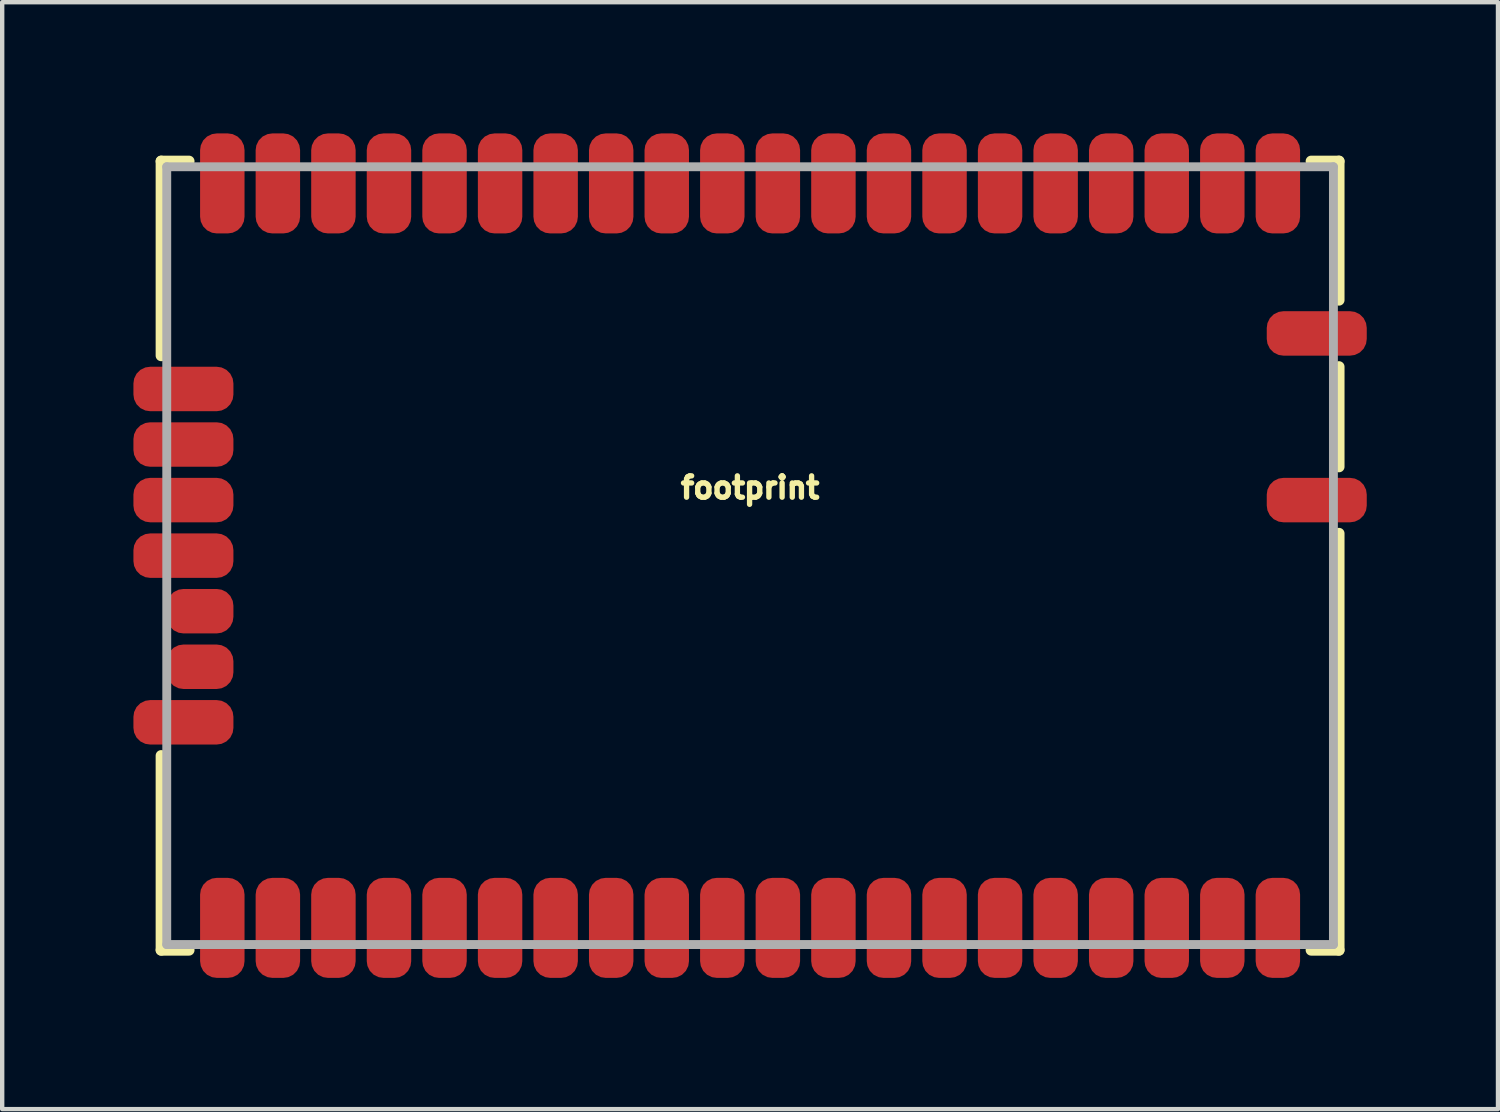
<source format=kicad_pcb>
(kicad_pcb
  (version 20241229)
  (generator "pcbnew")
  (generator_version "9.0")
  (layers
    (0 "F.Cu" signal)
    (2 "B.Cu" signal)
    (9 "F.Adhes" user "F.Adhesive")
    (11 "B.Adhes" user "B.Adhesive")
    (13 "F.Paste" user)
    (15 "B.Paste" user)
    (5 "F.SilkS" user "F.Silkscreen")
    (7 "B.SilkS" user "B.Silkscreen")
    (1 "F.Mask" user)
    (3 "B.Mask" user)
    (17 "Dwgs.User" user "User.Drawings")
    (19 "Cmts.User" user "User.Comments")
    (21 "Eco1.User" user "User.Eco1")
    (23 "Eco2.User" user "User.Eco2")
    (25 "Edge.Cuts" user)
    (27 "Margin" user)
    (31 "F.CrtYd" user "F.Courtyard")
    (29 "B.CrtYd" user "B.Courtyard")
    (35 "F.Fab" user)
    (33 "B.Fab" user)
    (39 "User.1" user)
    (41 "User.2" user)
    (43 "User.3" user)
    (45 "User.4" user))
  (footprint "footprint"
    (layer "F.Cu")
    (at 14.097 9.652)
    (property "Reference" "footprint" (at 0 -1.27 0) (layer "F.SilkS") (effects (font (size 0.488 0.488) (thickness 0.122)) (justify bottom)))
    (fp_line (start -12.7 0) (end -13.157 0) (stroke (width 0.305) (type solid)) (layer "F.Cu"))
    (fp_line (start -13.462 -9.017) (end -12.827 -9.017) (stroke (width 0.254) (type solid)) (layer "F.SilkS"))
    (fp_line (start -13.462 -4.572) (end -13.462 -9.017) (stroke (width 0.254) (type solid)) (layer "F.SilkS"))
    (fp_line (start -13.462 9.017) (end -13.462 4.572) (stroke (width 0.254) (type solid)) (layer "F.SilkS"))
    (fp_line (start -13.462 9.017) (end -12.827 9.017) (stroke (width 0.254) (type solid)) (layer "F.SilkS"))
    (fp_line (start 12.827 -9.017) (end 13.462 -9.017) (stroke (width 0.254) (type solid)) (layer "F.SilkS"))
    (fp_line (start 13.462 -9.017) (end 13.462 -5.842) (stroke (width 0.254) (type solid)) (layer "F.SilkS"))
    (fp_line (start 13.462 -4.318) (end 13.462 -2.032) (stroke (width 0.254) (type solid)) (layer "F.SilkS"))
    (fp_line (start 13.462 -0.508) (end 13.462 9.017) (stroke (width 0.254) (type solid)) (layer "F.SilkS"))
    (fp_line (start 13.462 9.017) (end 12.827 9.017) (stroke (width 0.254) (type solid)) (layer "F.SilkS"))
    (fp_line (start -13.335 -8.89) (end 13.335 -8.89) (stroke (width 0.203) (type solid)) (layer "F.Fab"))
    (fp_line (start -13.335 8.89) (end -13.335 -8.89) (stroke (width 0.203) (type solid)) (layer "F.Fab"))
    (fp_line (start 13.335 -8.89) (end 13.335 8.89) (stroke (width 0.203) (type solid)) (layer "F.Fab"))
    (fp_line (start 13.335 8.89) (end -13.335 8.89) (stroke (width 0.203) (type solid)) (layer "F.Fab"))
    (pad "1" smd roundrect (at 12.065 -8.509 180) (size 1.016 2.286) (layers "F.Cu" "F.Mask" "F.Paste") (roundrect_rratio 0.375))
    (pad "2" smd roundrect (at 10.795 -8.509 180) (size 1.016 2.286) (layers "F.Cu" "F.Mask" "F.Paste") (roundrect_rratio 0.375))
    (pad "3" smd roundrect (at 9.525 -8.509 180) (size 1.016 2.286) (layers "F.Cu" "F.Mask" "F.Paste") (roundrect_rratio 0.375))
    (pad "4" smd roundrect (at 8.255 -8.509 180) (size 1.016 2.286) (layers "F.Cu" "F.Mask" "F.Paste") (roundrect_rratio 0.375))
    (pad "5" smd roundrect (at 6.985 -8.509 180) (size 1.016 2.286) (layers "F.Cu" "F.Mask" "F.Paste") (roundrect_rratio 0.375))
    (pad "6" smd roundrect (at 5.715 -8.509 180) (size 1.016 2.286) (layers "F.Cu" "F.Mask" "F.Paste") (roundrect_rratio 0.375))
    (pad "7" smd roundrect (at 4.445 -8.509 180) (size 1.016 2.286) (layers "F.Cu" "F.Mask" "F.Paste") (roundrect_rratio 0.375))
    (pad "8" smd roundrect (at 3.175 -8.509 180) (size 1.016 2.286) (layers "F.Cu" "F.Mask" "F.Paste") (roundrect_rratio 0.375))
    (pad "9" smd roundrect (at 1.905 -8.509 180) (size 1.016 2.286) (layers "F.Cu" "F.Mask" "F.Paste") (roundrect_rratio 0.375))
    (pad "10" smd roundrect (at 0.635 -8.509 180) (size 1.016 2.286) (layers "F.Cu" "F.Mask" "F.Paste") (roundrect_rratio 0.375))
    (pad "11" smd roundrect (at -0.635 -8.509 180) (size 1.016 2.286) (layers "F.Cu" "F.Mask" "F.Paste") (roundrect_rratio 0.375))
    (pad "12" smd roundrect (at -1.905 -8.509 180) (size 1.016 2.286) (layers "F.Cu" "F.Mask" "F.Paste") (roundrect_rratio 0.375))
    (pad "13" smd roundrect (at -3.175 -8.509 180) (size 1.016 2.286) (layers "F.Cu" "F.Mask" "F.Paste") (roundrect_rratio 0.375))
    (pad "14" smd roundrect (at -4.445 -8.509 180) (size 1.016 2.286) (layers "F.Cu" "F.Mask" "F.Paste") (roundrect_rratio 0.375))
    (pad "15" smd roundrect (at -5.715 -8.509 180) (size 1.016 2.286) (layers "F.Cu" "F.Mask" "F.Paste") (roundrect_rratio 0.375))
    (pad "16" smd roundrect (at -6.985 -8.509 180) (size 1.016 2.286) (layers "F.Cu" "F.Mask" "F.Paste") (roundrect_rratio 0.375))
    (pad "17" smd roundrect (at -8.255 -8.509 180) (size 1.016 2.286) (layers "F.Cu" "F.Mask" "F.Paste") (roundrect_rratio 0.375))
    (pad "18" smd roundrect (at -9.525 -8.509 180) (size 1.016 2.286) (layers "F.Cu" "F.Mask" "F.Paste") (roundrect_rratio 0.375))
    (pad "19" smd roundrect (at -10.795 -8.509 180) (size 1.016 2.286) (layers "F.Cu" "F.Mask" "F.Paste") (roundrect_rratio 0.375))
    (pad "20" smd roundrect (at -12.065 -8.509 180) (size 1.016 2.286) (layers "F.Cu" "F.Mask" "F.Paste") (roundrect_rratio 0.375))
    (pad "21" smd roundrect (at -12.954 -3.81 90) (size 1.016 2.286) (layers "F.Cu" "F.Mask" "F.Paste") (roundrect_rratio 0.375))
    (pad "22" smd roundrect (at -12.954 -2.54 90) (size 1.016 2.286) (layers "F.Cu" "F.Mask" "F.Paste") (roundrect_rratio 0.375))
    (pad "23" smd roundrect (at -12.954 -1.27 90) (size 1.016 2.286) (layers "F.Cu" "F.Mask" "F.Paste") (roundrect_rratio 0.375))
    (pad "24" smd roundrect (at -12.954 0 90) (size 1.016 2.286) (layers "F.Cu" "F.Mask" "F.Paste") (roundrect_rratio 0.375))
    (pad "25" smd roundrect (at -12.573 1.27 90) (size 1.016 1.524) (layers "F.Cu" "F.Mask" "F.Paste") (roundrect_rratio 0.375))
    (pad "26" smd roundrect (at -12.573 2.54 90) (size 1.016 1.524) (layers "F.Cu" "F.Mask" "F.Paste") (roundrect_rratio 0.375))
    (pad "27" smd roundrect (at -12.954 3.81 90) (size 1.016 2.286) (layers "F.Cu" "F.Mask" "F.Paste") (roundrect_rratio 0.375))
    (pad "28" smd roundrect (at -12.065 8.509 180) (size 1.016 2.286) (layers "F.Cu" "F.Mask" "F.Paste") (roundrect_rratio 0.375))
    (pad "29" smd roundrect (at -10.795 8.509 180) (size 1.016 2.286) (layers "F.Cu" "F.Mask" "F.Paste") (roundrect_rratio 0.375))
    (pad "30" smd roundrect (at -9.525 8.509 180) (size 1.016 2.286) (layers "F.Cu" "F.Mask" "F.Paste") (roundrect_rratio 0.375))
    (pad "31" smd roundrect (at -8.255 8.509 180) (size 1.016 2.286) (layers "F.Cu" "F.Mask" "F.Paste") (roundrect_rratio 0.375))
    (pad "32" smd roundrect (at -6.985 8.509 180) (size 1.016 2.286) (layers "F.Cu" "F.Mask" "F.Paste") (roundrect_rratio 0.375))
    (pad "33" smd roundrect (at -5.715 8.509 180) (size 1.016 2.286) (layers "F.Cu" "F.Mask" "F.Paste") (roundrect_rratio 0.375))
    (pad "34" smd roundrect (at -4.445 8.509 180) (size 1.016 2.286) (layers "F.Cu" "F.Mask" "F.Paste") (roundrect_rratio 0.375))
    (pad "35" smd roundrect (at -3.175 8.509 180) (size 1.016 2.286) (layers "F.Cu" "F.Mask" "F.Paste") (roundrect_rratio 0.375))
    (pad "36" smd roundrect (at -1.905 8.509 180) (size 1.016 2.286) (layers "F.Cu" "F.Mask" "F.Paste") (roundrect_rratio 0.375))
    (pad "37" smd roundrect (at -0.635 8.509 180) (size 1.016 2.286) (layers "F.Cu" "F.Mask" "F.Paste") (roundrect_rratio 0.375))
    (pad "38" smd roundrect (at 0.635 8.509 180) (size 1.016 2.286) (layers "F.Cu" "F.Mask" "F.Paste") (roundrect_rratio 0.375))
    (pad "39" smd roundrect (at 1.905 8.509 180) (size 1.016 2.286) (layers "F.Cu" "F.Mask" "F.Paste") (roundrect_rratio 0.375))
    (pad "40" smd roundrect (at 3.175 8.509 180) (size 1.016 2.286) (layers "F.Cu" "F.Mask" "F.Paste") (roundrect_rratio 0.375))
    (pad "41" smd roundrect (at 4.445 8.509 180) (size 1.016 2.286) (layers "F.Cu" "F.Mask" "F.Paste") (roundrect_rratio 0.375))
    (pad "42" smd roundrect (at 5.715 8.509 180) (size 1.016 2.286) (layers "F.Cu" "F.Mask" "F.Paste") (roundrect_rratio 0.375))
    (pad "43" smd roundrect (at 6.985 8.509 180) (size 1.016 2.286) (layers "F.Cu" "F.Mask" "F.Paste") (roundrect_rratio 0.375))
    (pad "44" smd roundrect (at 8.255 8.509 180) (size 1.016 2.286) (layers "F.Cu" "F.Mask" "F.Paste") (roundrect_rratio 0.375))
    (pad "45" smd roundrect (at 9.525 8.509 180) (size 1.016 2.286) (layers "F.Cu" "F.Mask" "F.Paste") (roundrect_rratio 0.375))
    (pad "46" smd roundrect (at 10.795 8.509 180) (size 1.016 2.286) (layers "F.Cu" "F.Mask" "F.Paste") (roundrect_rratio 0.375))
    (pad "47" smd roundrect (at 12.065 8.509 180) (size 1.016 2.286) (layers "F.Cu" "F.Mask" "F.Paste") (roundrect_rratio 0.375))
    (pad "48" smd roundrect (at 12.954 -5.08 270) (size 1.016 2.286) (layers "F.Cu" "F.Mask" "F.Paste") (roundrect_rratio 0.375))
    (pad "49" smd roundrect (at 12.954 -1.27 270) (size 1.016 2.286) (layers "F.Cu" "F.Mask" "F.Paste") (roundrect_rratio 0.375)))
  (gr_rect
    (start -3 -3)
    (end 31.194 22.304)
    (stroke (width 0.1) (type default))
    (fill no)
    (layer "Edge.Cuts")))
</source>
